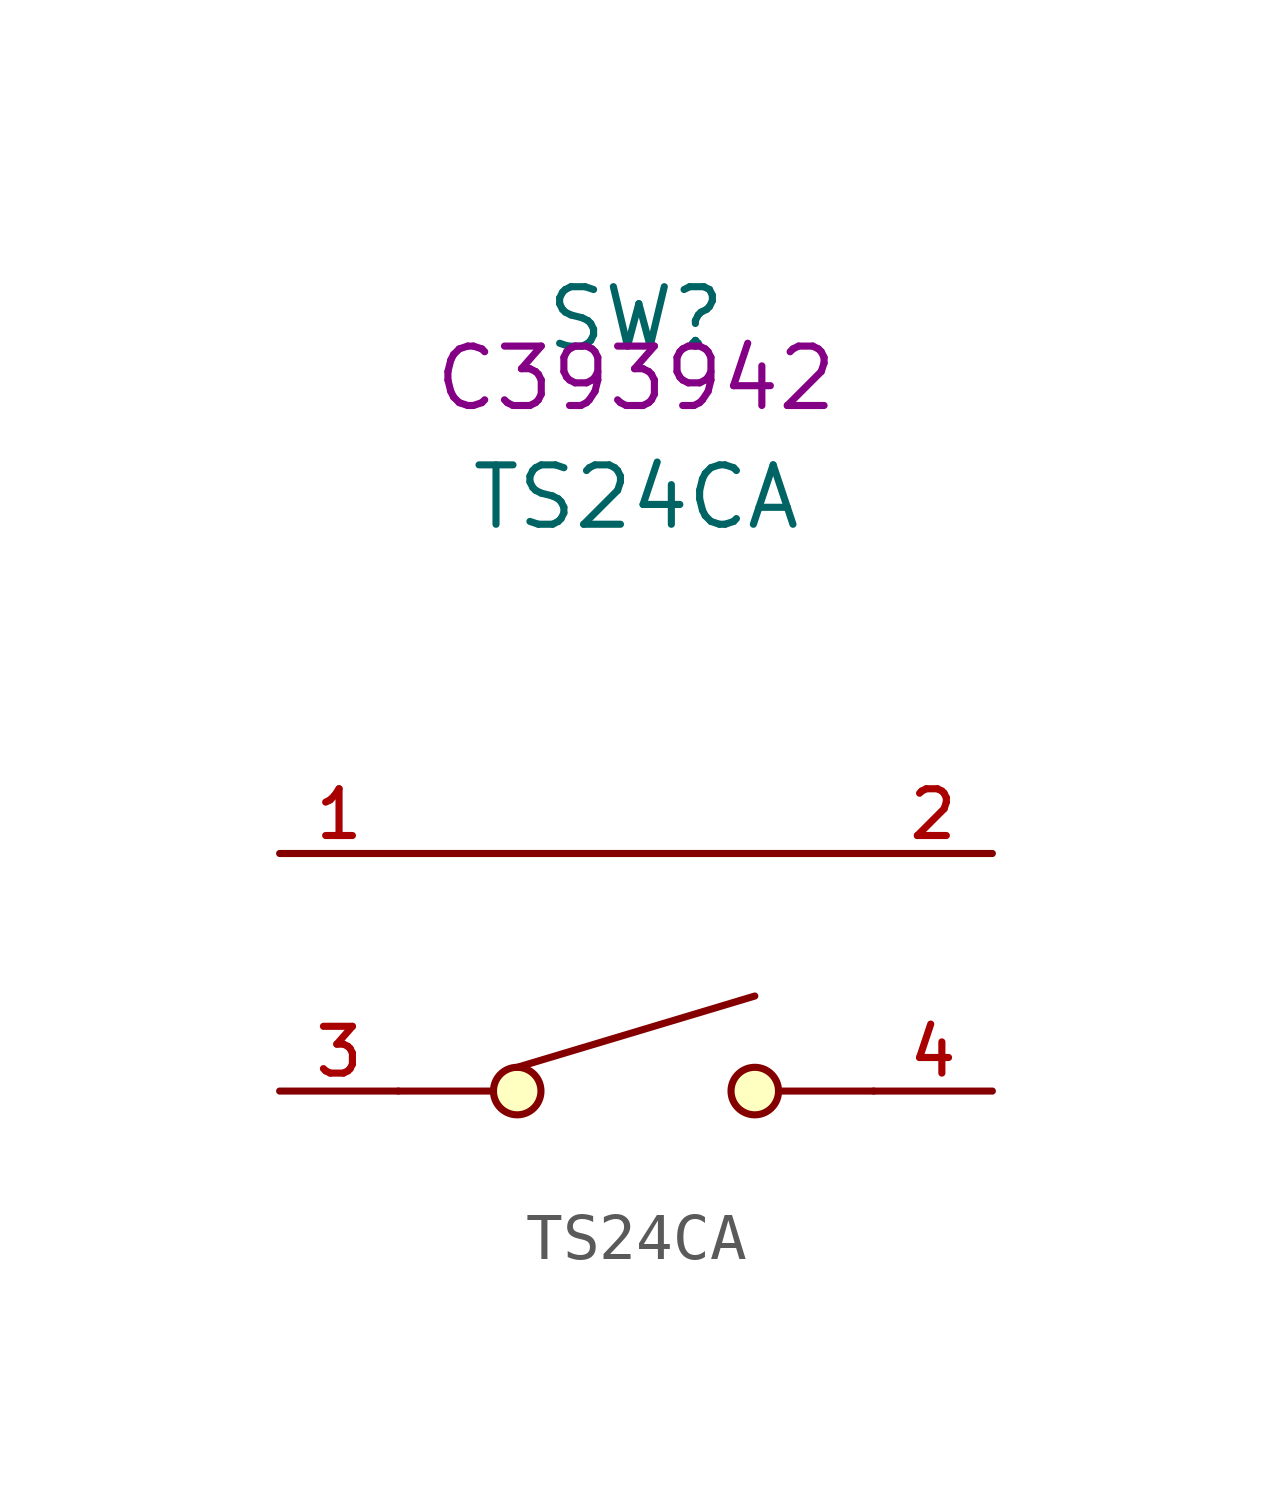
<source format=kicad_sym>
(kicad_symbol_lib
  (version 20211014)
  (generator kicad_symbol_editor)
  (symbol "TS24CA"
    (pin_names hide)
    (property "Reference" "SW"
      (at 0 1.27 0)
      (effects (font (size 1.27 1.27))))
    (property "Value" "TS24CA"
      (at 0 -2.54 0)
      (effects (font (size 1.27 1.27))))
    (property "LCSC" "C393942"
      (at 0 0 0)
      (effects (font (size 1.27 1.27))))
    (symbol "TS24CA_0_0"
      (circle (center -2.54 -15.24) (radius 0.508) (stroke (width 0) (type default) (color 0 0 0 0)) (fill (type background)))
      (polyline (pts (xy -5.08 -10.16) (xy 5.08 -10.16)) (stroke (width 0) (type default) (color 0 0 0 0)) (fill (type none)))
      (polyline (pts (xy -3.048 -15.24) (xy -5.08 -15.24)) (stroke (width 0) (type default) (color 0 0 0 0)) (fill (type none)))
      (polyline (pts (xy 3.048 -15.24) (xy 5.08 -15.24)) (stroke (width 0) (type default) (color 0 0 0 0)) (fill (type none)))
      (polyline (pts (xy -2.54 -14.732) (xy 2.54 -13.208) (xy 2.54 -13.208)) (stroke (width 0) (type default) (color 0 0 0 0)) (fill (type none)))
      (circle (center 2.54 -15.24) (radius 0.508) (stroke (width 0) (type default) (color 0 0 0 0)) (fill (type background)))
      (pin unspecified line (at -7.62 -10.16 0) (length 2.54) (name "1" (effects (font (size 1 1)))) (number "1" (effects (font (size 1 1)))))
      (pin unspecified line (at 7.62 -10.16 180) (length 2.54) (name "2" (effects (font (size 1 1)))) (number "2" (effects (font (size 1 1)))))
      (pin unspecified line (at -7.62 -15.24 0) (length 2.54) (name "3" (effects (font (size 1 1)))) (number "3" (effects (font (size 1 1)))))
      (pin unspecified line (at 7.62 -15.24 180) (length 2.54) (name "4" (effects (font (size 1 1)))) (number "4" (effects (font (size 1 1))))))))
</source>
